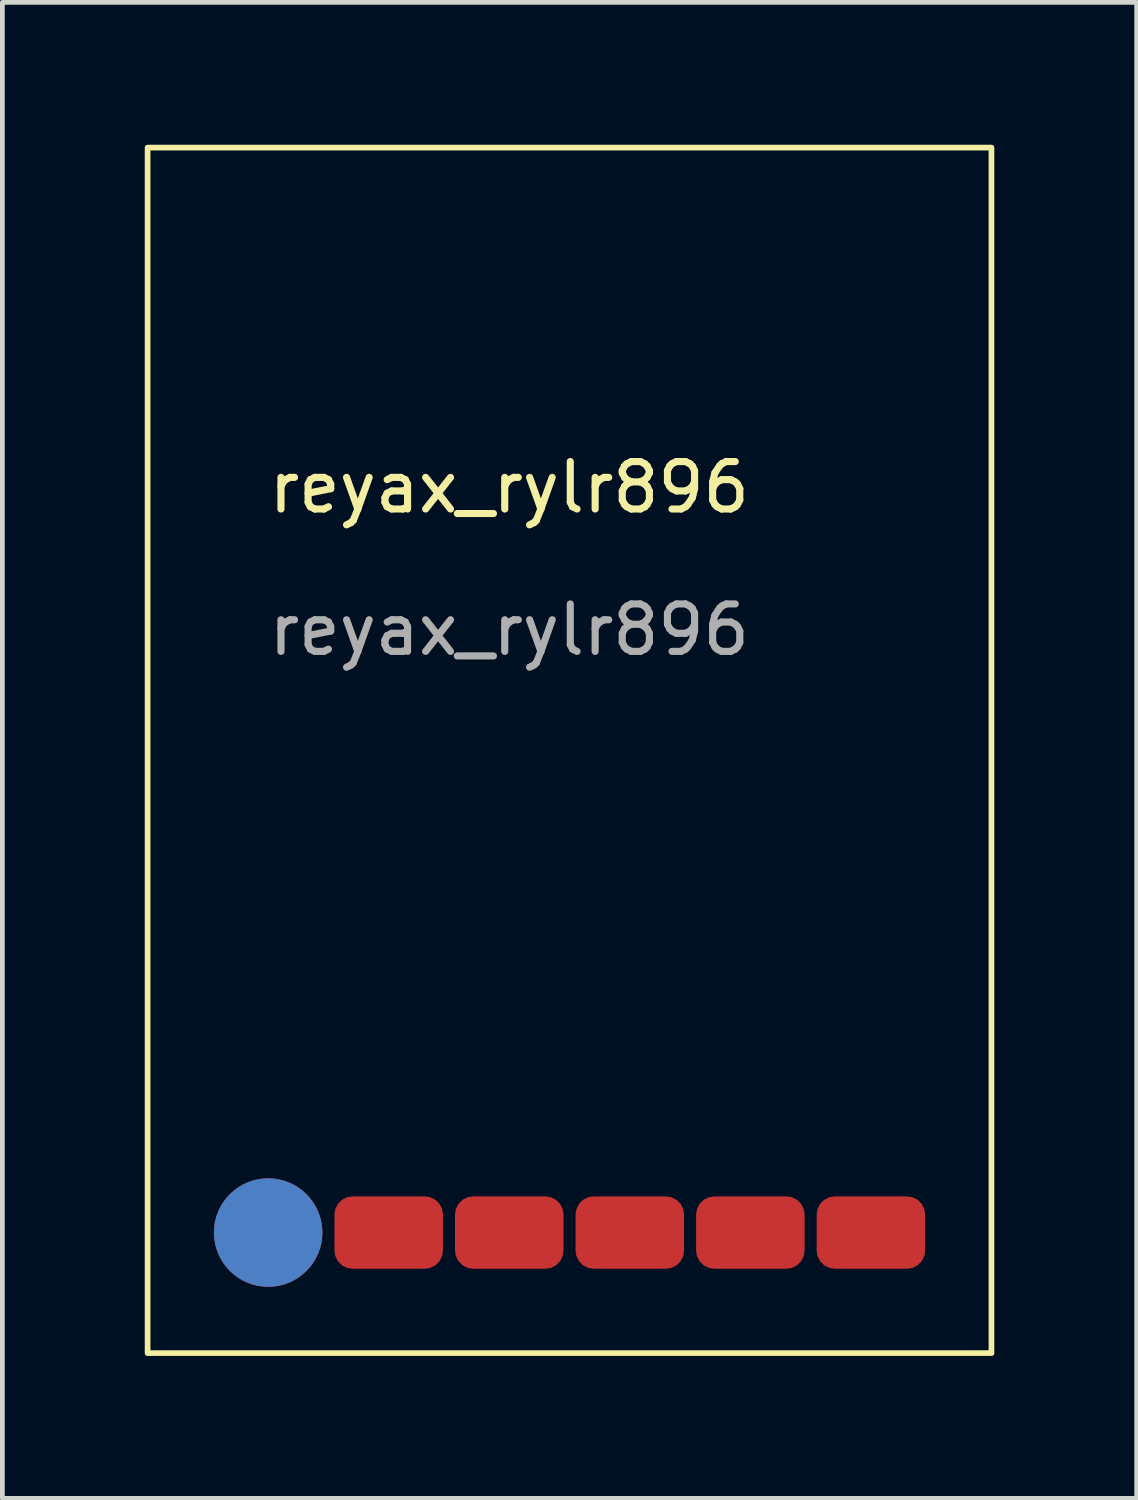
<source format=kicad_pcb>
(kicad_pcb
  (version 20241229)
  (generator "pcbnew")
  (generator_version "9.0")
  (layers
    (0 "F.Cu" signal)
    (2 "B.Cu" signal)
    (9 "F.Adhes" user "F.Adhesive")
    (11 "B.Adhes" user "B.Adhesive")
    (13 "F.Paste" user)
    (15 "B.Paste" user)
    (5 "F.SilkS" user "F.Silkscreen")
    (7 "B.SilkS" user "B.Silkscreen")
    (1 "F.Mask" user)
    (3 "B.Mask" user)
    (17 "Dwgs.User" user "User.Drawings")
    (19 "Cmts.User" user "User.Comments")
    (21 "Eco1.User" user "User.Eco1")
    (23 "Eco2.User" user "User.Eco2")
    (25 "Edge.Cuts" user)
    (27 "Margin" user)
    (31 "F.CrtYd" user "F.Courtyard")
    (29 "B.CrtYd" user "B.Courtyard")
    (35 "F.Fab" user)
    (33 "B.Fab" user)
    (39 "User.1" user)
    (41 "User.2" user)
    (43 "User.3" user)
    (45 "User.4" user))
  (footprint "reyax_rylr896"
    (layer "F.Cu")
    (at 7.68 17.84)
    (property "Reference" "reyax_rylr896" (at 0 -10.62 0) (unlocked yes) (layer "F.SilkS") (effects (font (size 1 1) (thickness 0.15))))
    (attr smd)
    (fp_rect (start -7.62 -17.78) (end 10.16 7.62) (stroke (width 0.12) (type solid)) (fill no) (layer "F.SilkS"))
    (fp_text user "${REFERENCE}" (at 0 -7.62 0) (unlocked yes) (layer "F.Fab") (effects (font (size 1 1) (thickness 0.15))))
    (pad "1" thru_hole circle (at -5.08 5.08) (size 2.286 2.286) (drill 0.000001) (layers "*.Cu" "*.Mask"))
    (pad "2" smd roundrect (at -2.54 5.08) (size 2.286 1.524) (layers "F.Cu" "F.Mask" "F.Paste") (roundrect_rratio 0.25))
    (pad "3" smd roundrect (at 0 5.08) (size 2.286 1.524) (layers "F.Cu" "F.Mask" "F.Paste") (roundrect_rratio 0.25))
    (pad "4" smd roundrect (at 2.54 5.08) (size 2.286 1.524) (layers "F.Cu" "F.Mask" "F.Paste") (roundrect_rratio 0.25))
    (pad "5" smd roundrect (at 5.08 5.08) (size 2.286 1.524) (layers "F.Cu" "F.Mask" "F.Paste") (roundrect_rratio 0.25))
    (pad "6" smd roundrect (at 7.62 5.08) (size 2.286 1.524) (layers "F.Cu" "F.Mask" "F.Paste") (roundrect_rratio 0.25)))
  (gr_rect
    (start -3 -3)
    (end 20.9 28.52)
    (stroke (width 0.1) (type default))
    (fill no)
    (layer "Edge.Cuts")))
</source>
